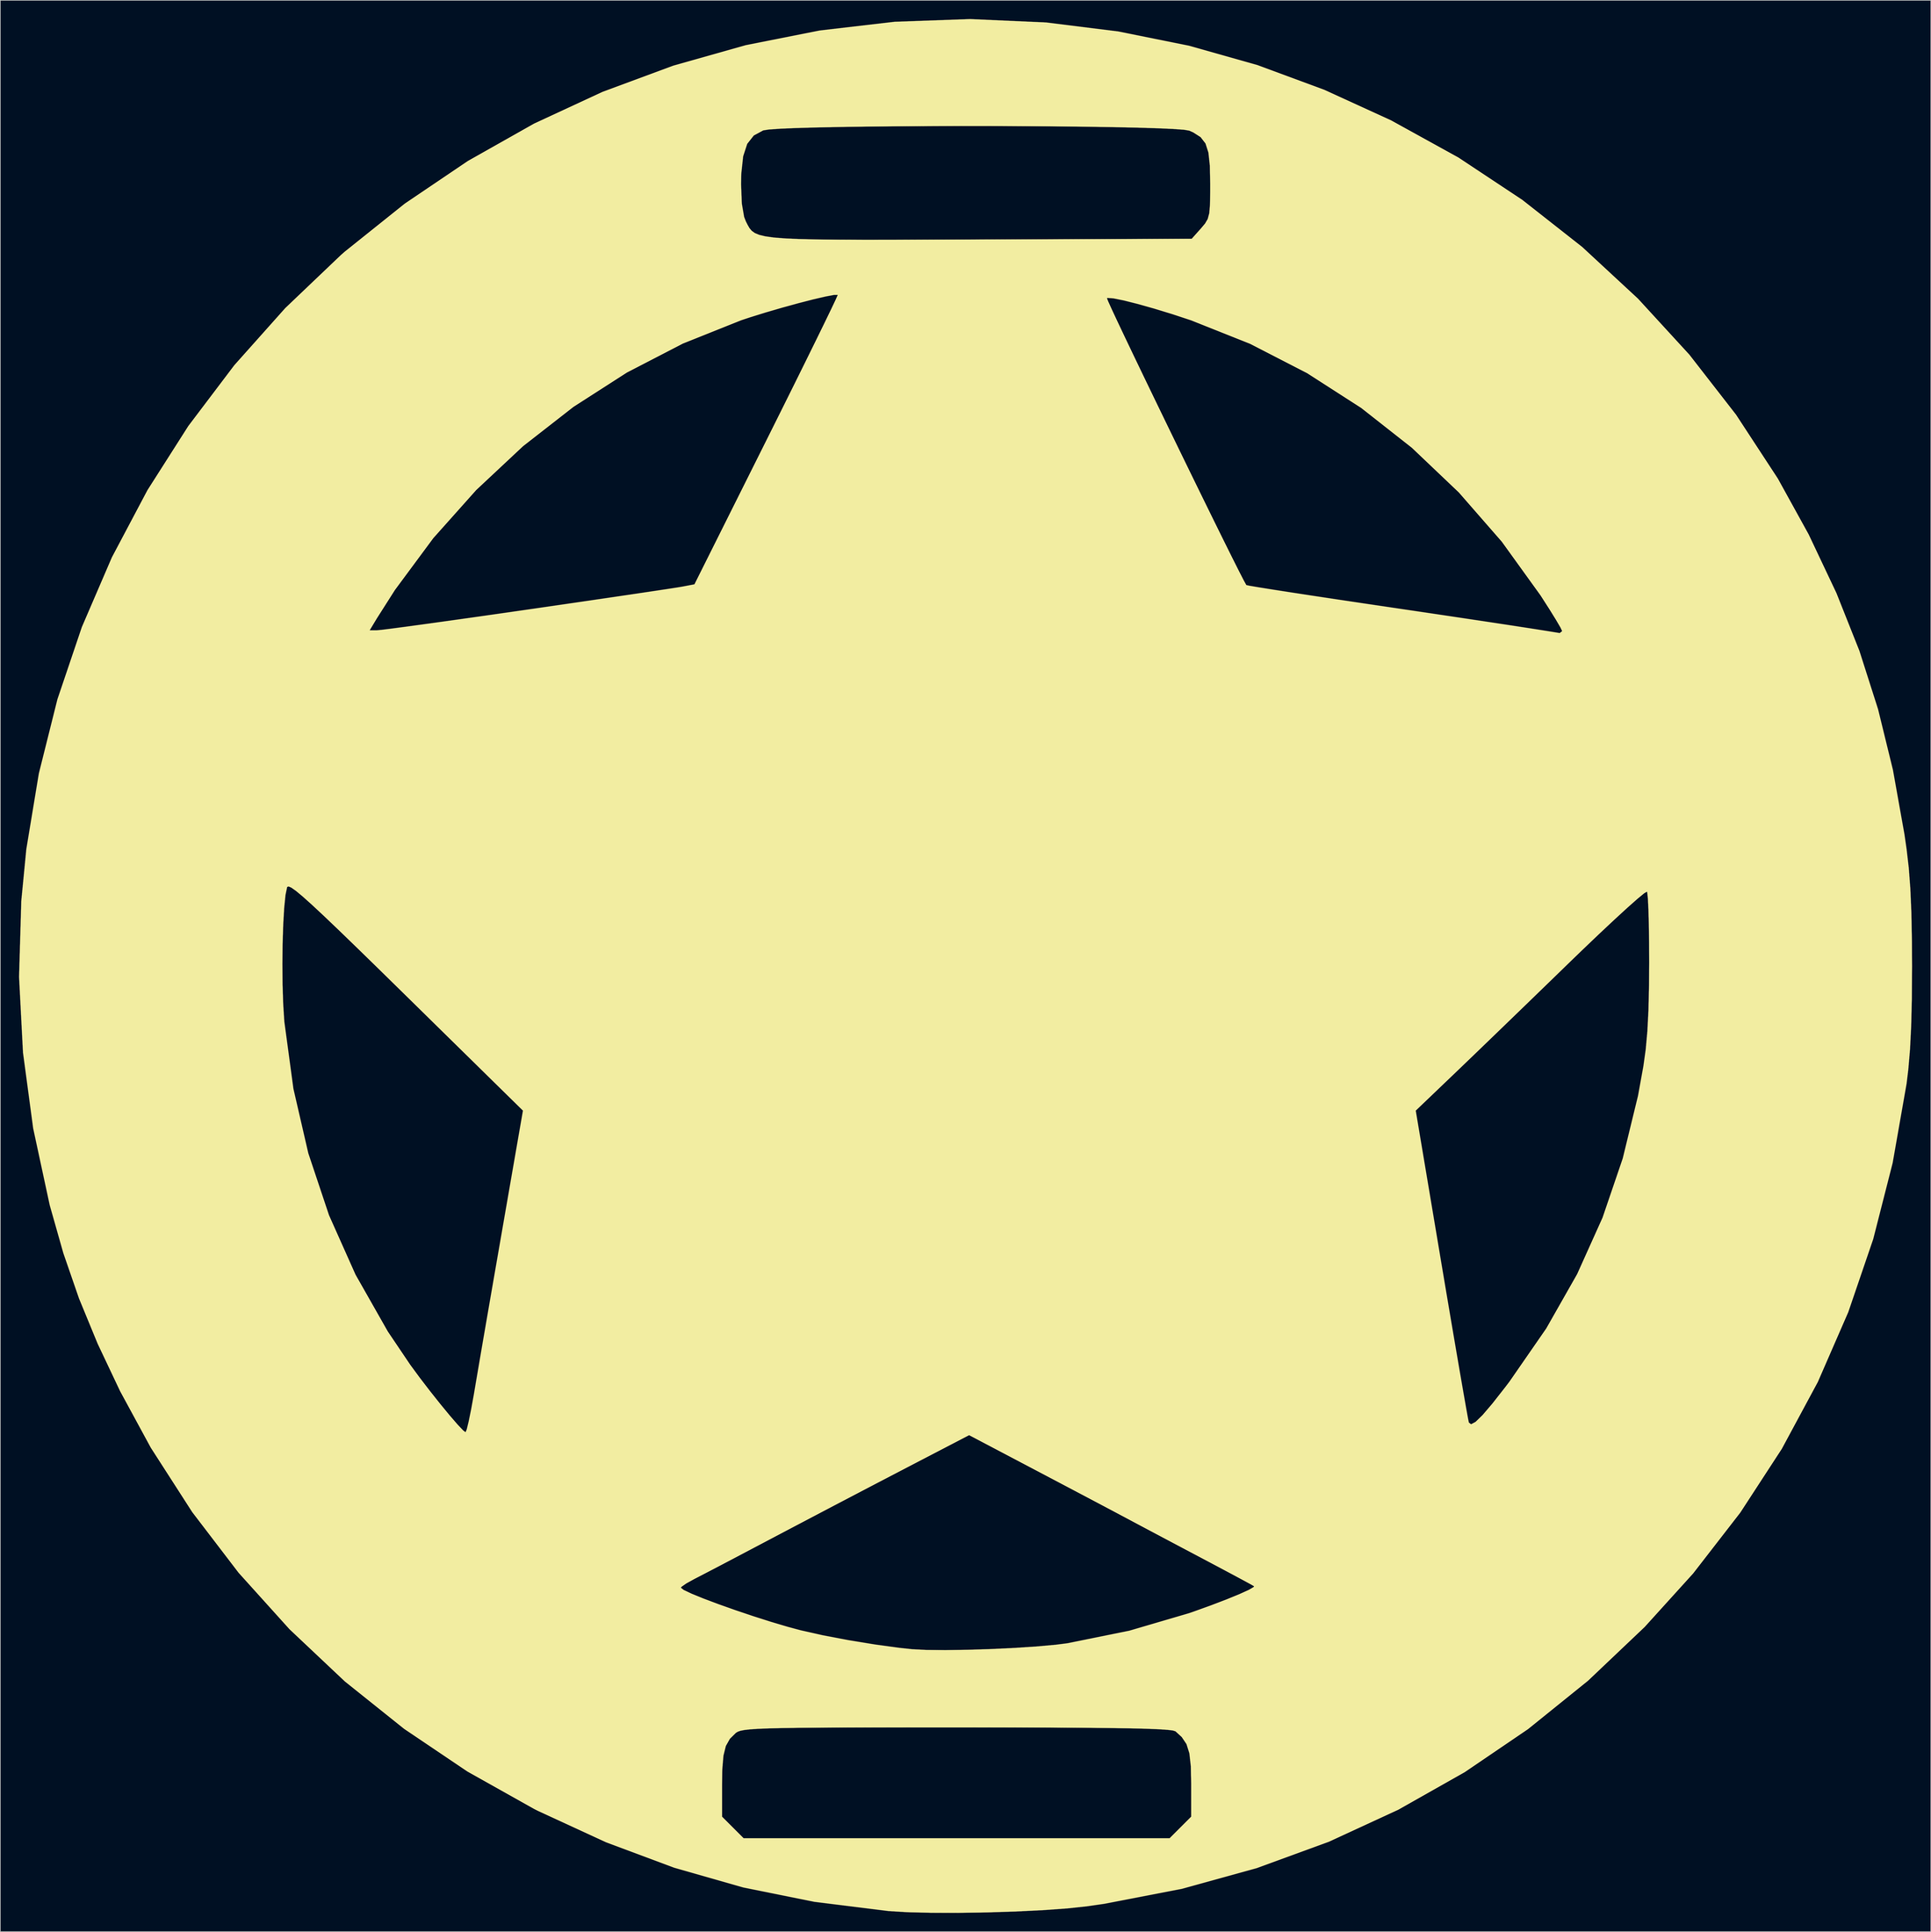
<source format=kicad_pcb>
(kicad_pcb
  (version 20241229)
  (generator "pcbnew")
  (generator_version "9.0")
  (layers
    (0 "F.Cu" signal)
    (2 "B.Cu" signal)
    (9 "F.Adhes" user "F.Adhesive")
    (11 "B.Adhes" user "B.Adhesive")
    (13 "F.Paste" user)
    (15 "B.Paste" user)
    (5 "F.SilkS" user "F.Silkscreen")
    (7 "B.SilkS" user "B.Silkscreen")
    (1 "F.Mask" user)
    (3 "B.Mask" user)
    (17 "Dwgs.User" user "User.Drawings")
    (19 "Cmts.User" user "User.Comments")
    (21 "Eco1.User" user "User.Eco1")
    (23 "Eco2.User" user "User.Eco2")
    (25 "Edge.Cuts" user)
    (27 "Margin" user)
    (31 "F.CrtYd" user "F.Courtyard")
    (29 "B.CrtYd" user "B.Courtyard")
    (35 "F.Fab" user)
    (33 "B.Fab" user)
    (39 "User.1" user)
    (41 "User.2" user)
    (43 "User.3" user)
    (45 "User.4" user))
  (footprint "PCB_Shape_01_50dpi"
    (layer "F.Cu")
    (at 151.775 151.796)
    (property "Reference" "PCB_Shape_01_50dpi" (at 0 0 0) (layer "F.SilkS") (effects (font (size 1.524 1.524) (thickness 0.3))))
    (attr through_hole)
    (fp_poly (pts (xy 12.818 -151.247) (xy 24.384 -149.803) (xy 35.743 -147.51) (xy 46.676 -144.417) (xy 57.389 -140.458) (xy 68.072 -135.573) (xy 78.888 -129.604) (xy 89.119 -122.824) (xy 98.725 -115.273) (xy 107.664 -106.992) (xy 115.896 -98.02) (xy 123.379 -88.399) (xy 130.074 -78.169) (xy 135.017 -69.215) (xy 139.466 -59.813) (xy 143.147 -50.559) (xy 146.138 -41.201) (xy 148.518 -31.486) (xy 150.365 -21.162) (xy 150.707 -18.796) (xy 151.057 -15.79) (xy 151.311 -12.45) (xy 151.478 -8.593) (xy 151.566 -4.04) (xy 151.585 0) (xy 151.552 5.203) (xy 151.446 9.573) (xy 151.259 13.29) (xy 150.982 16.534) (xy 150.707 18.796) (xy 148.473 31.501) (xy 145.36 43.699) (xy 141.365 55.396) (xy 136.484 66.597) (xy 130.715 77.307) (xy 124.056 87.531) (xy 116.504 97.275) (xy 108.737 105.85) (xy 99.665 114.461) (xy 90.046 122.218) (xy 79.903 129.112) (xy 69.261 135.13) (xy 58.142 140.26) (xy 46.57 144.49) (xy 34.57 147.809) (xy 22.164 150.204) (xy 19.304 150.617) (xy 16.182 150.951) (xy 12.31 151.228) (xy 7.939 151.443) (xy 3.324 151.589) (xy -1.284 151.66) (xy -5.631 151.65) (xy -9.464 151.553) (xy -12.446 151.371) (xy -24.311 149.892) (xy -35.706 147.592) (xy -46.786 144.425) (xy -57.708 140.348) (xy -68.626 135.315) (xy -69.215 135.017) (xy -76.23 131.081) (xy -39.116 131.081) (xy -39.116 136.246) (xy -35.662 139.7) (xy 32.614 139.7) (xy 34.341 137.973) (xy 36.068 136.246) (xy 36.068 130.974) (xy 36.007 128.142) (xy 35.778 126.098) (xy 35.315 124.62) (xy 34.552 123.485) (xy 33.551 122.571) (xy 33.148 122.442) (xy 32.252 122.331) (xy 30.805 122.236) (xy 28.753 122.156) (xy 26.038 122.091) (xy 22.604 122.04) (xy 18.395 122.001) (xy 13.355 121.973) (xy 7.427 121.956) (xy 0.555 121.948) (xy -1.524 121.947) (xy -8.291 121.948) (xy -14.115 121.953) (xy -19.069 121.963) (xy -23.226 121.982) (xy -26.661 122.01) (xy -29.445 122.05) (xy -31.652 122.103) (xy -33.355 122.171) (xy -34.627 122.256) (xy -35.542 122.359) (xy -36.172 122.483) (xy -36.591 122.63) (xy -36.872 122.8) (xy -36.898 122.82) (xy -37.861 123.771) (xy -38.507 124.918) (xy -38.893 126.473) (xy -39.077 128.65) (xy -39.116 131.081) (xy -76.23 131.081) (xy -79.922 129.01) (xy -90.053 122.181) (xy -99.568 114.569) (xy -108.427 106.216) (xy -114.43 99.558) (xy -45.72 99.558) (xy -45.261 99.922) (xy -43.994 100.522) (xy -42.084 101.301) (xy -39.694 102.199) (xy -36.989 103.158) (xy -34.132 104.121) (xy -31.289 105.027) (xy -28.624 105.82) (xy -26.535 106.382) (xy -23.016 107.174) (xy -18.915 107.956) (xy -14.662 108.654) (xy -10.69 109.197) (xy -8.636 109.415) (xy -6.359 109.532) (xy -3.324 109.56) (xy 0.215 109.509) (xy 4.005 109.388) (xy 7.791 109.207) (xy 11.321 108.975) (xy 14.341 108.704) (xy 16.256 108.458) (xy 26.144 106.454) (xy 35.762 103.631) (xy 36.362 103.424) (xy 39.171 102.413) (xy 41.696 101.449) (xy 43.788 100.593) (xy 45.299 99.907) (xy 46.08 99.453) (xy 46.143 99.324) (xy 45.662 99.048) (xy 44.425 98.375) (xy 42.575 97.382) (xy 40.255 96.146) (xy 37.609 94.743) (xy 37.592 94.734) (xy 34.635 93.17) (xy 31.707 91.619) (xy 29.039 90.203) (xy 26.861 89.045) (xy 25.654 88.401) (xy 24.165 87.609) (xy 21.96 86.44) (xy 19.221 84.992) (xy 16.131 83.361) (xy 12.874 81.643) (xy 11.288 80.808) (xy 0.479 75.116) (xy -8.016 79.534) (xy -14.529 82.928) (xy -21.048 86.34) (xy -27.869 89.925) (xy -35.287 93.837) (xy -35.306 93.847) (xy -37.776 95.149) (xy -40.125 96.381) (xy -42.103 97.412) (xy -43.46 98.113) (xy -43.561 98.165) (xy -44.825 98.863) (xy -45.602 99.402) (xy -45.72 99.558) (xy -114.43 99.558) (xy -116.589 97.163) (xy -124.014 87.45) (xy -130.661 77.118) (xy -135.573 68.072) (xy -139.174 60.463) (xy -142.163 53.205) (xy -144.669 45.956) (xy -146.821 38.373) (xy -146.873 38.169) (xy -149.506 25.95) (xy -151.137 13.807) (xy -151.77 1.68) (xy -151.709 -0.389) (xy -109.573 -0.389) (xy -109.544 2.905) (xy -109.445 6.008) (xy -109.273 8.719) (xy -109.258 8.89) (xy -107.808 19.612) (xy -105.423 29.94) (xy -102.104 39.87) (xy -97.852 49.398) (xy -92.67 58.52) (xy -89.081 63.843) (xy -87.574 65.891) (xy -85.933 68.029) (xy -84.285 70.103) (xy -82.759 71.957) (xy -81.481 73.434) (xy -80.581 74.379) (xy -80.217 74.647) (xy -80.025 74.188) (xy -79.714 72.911) (xy -79.324 71.002) (xy -78.895 68.648) (xy -78.819 68.199) (xy -78.476 66.178) (xy -78.129 64.138) (xy -77.757 61.967) (xy -77.342 59.552) (xy -76.864 56.782) (xy -76.304 53.545) (xy -75.642 49.727) (xy -74.859 45.218) (xy -73.936 39.904) (xy -73.137 35.306) (xy -71.018 23.114) (xy 72.049 23.114) (xy 76.188 47.752) (xy 77.012 52.644) (xy 77.791 57.241) (xy 78.508 61.444) (xy 79.145 65.155) (xy 79.686 68.272) (xy 80.112 70.698) (xy 80.408 72.332) (xy 80.556 73.076) (xy 80.563 73.101) (xy 80.922 73.374) (xy 81.639 72.988) (xy 82.761 71.899) (xy 84.331 70.06) (xy 86.396 67.427) (xy 87.079 66.528) (xy 92.964 58.026) (xy 97.919 49.309) (xy 101.99 40.264) (xy 105.226 30.777) (xy 107.676 20.734) (xy 108.534 16.002) (xy 108.906 13.328) (xy 109.172 10.398) (xy 109.346 7.008) (xy 109.439 2.957) (xy 109.461 -0.593) (xy 109.448 -3.841) (xy 109.406 -6.744) (xy 109.338 -9.148) (xy 109.251 -10.901) (xy 109.147 -11.85) (xy 109.104 -11.969) (xy 108.665 -11.718) (xy 107.59 -10.833) (xy 105.967 -9.396) (xy 103.884 -7.485) (xy 101.427 -5.182) (xy 98.686 -2.566) (xy 96.765 -0.709) (xy 93.506 2.454) (xy 90.149 5.708) (xy 86.85 8.899) (xy 83.767 11.877) (xy 81.057 14.489) (xy 78.877 16.583) (xy 78.423 17.018) (xy 72.049 23.114) (xy -71.018 23.114) (xy -89.737 4.727) (xy -93.981 0.565) (xy -97.561 -2.928) (xy -100.531 -5.802) (xy -102.945 -8.106) (xy -104.858 -9.889) (xy -106.323 -11.201) (xy -107.395 -12.093) (xy -108.128 -12.612) (xy -108.577 -12.809) (xy -108.795 -12.733) (xy -108.815 -12.691) (xy -109.073 -11.456) (xy -109.282 -9.408) (xy -109.438 -6.747) (xy -109.536 -3.673) (xy -109.573 -0.389) (xy -151.709 -0.389) (xy -151.409 -10.494) (xy -150.606 -18.762) (xy -148.595 -30.912) (xy -145.62 -42.795) (xy -141.881 -53.848) (xy -95.587 -53.848) (xy -94.425 -53.848) (xy -93.694 -53.919) (xy -92.065 -54.122) (xy -89.643 -54.443) (xy -86.536 -54.868) (xy -82.85 -55.38) (xy -78.691 -55.966) (xy -74.167 -56.611) (xy -70.38 -57.156) (xy -65.605 -57.848) (xy -61.08 -58.508) (xy -56.917 -59.119) (xy -53.228 -59.663) (xy -50.125 -60.126) (xy -47.72 -60.489) (xy -46.123 -60.738) (xy -45.518 -60.839) (xy -43.538 -61.214) (xy -31.987 -84.328) (xy -29.746 -88.82) (xy -27.654 -93.029) (xy -25.753 -96.871) (xy -24.085 -100.259) (xy -22.692 -103.107) (xy -21.616 -105.329) (xy -20.9 -106.839) (xy -20.801 -107.063) (xy 22.566 -107.063) (xy 22.747 -106.59) (xy 23.325 -105.311) (xy 24.25 -103.331) (xy 25.471 -100.756) (xy 26.935 -97.692) (xy 28.592 -94.244) (xy 30.391 -90.517) (xy 32.28 -86.618) (xy 34.208 -82.65) (xy 36.124 -78.72) (xy 37.976 -74.934) (xy 39.713 -71.396) (xy 41.284 -68.213) (xy 42.638 -65.489) (xy 43.723 -63.331) (xy 44.488 -61.843) (xy 44.882 -61.131) (xy 44.913 -61.09) (xy 45.438 -60.979) (xy 46.861 -60.738) (xy 49.077 -60.383) (xy 51.978 -59.931) (xy 55.459 -59.398) (xy 59.411 -58.801) (xy 63.73 -58.156) (xy 65.599 -57.879) (xy 72.354 -56.879) (xy 78.165 -56.014) (xy 83.095 -55.274) (xy 87.206 -54.651) (xy 90.559 -54.134) (xy 93.218 -53.715) (xy 95.123 -53.404) (xy 95.502 -53.705) (xy 95.504 -53.748) (xy 95.241 -54.306) (xy 94.522 -55.534) (xy 93.456 -57.255) (xy 92.148 -59.292) (xy 92.037 -59.463) (xy 85.846 -68.047) (xy 78.959 -75.939) (xy 71.43 -83.098) (xy 63.312 -89.48) (xy 54.658 -95.044) (xy 45.522 -99.748) (xy 36.047 -103.519) (xy 33.055 -104.506) (xy 30.149 -105.395) (xy 27.494 -106.143) (xy 25.254 -106.706) (xy 23.593 -107.042) (xy 22.676 -107.107) (xy 22.566 -107.063) (xy -20.801 -107.063) (xy -20.586 -107.552) (xy -20.575 -107.597) (xy -21.155 -107.594) (xy -22.519 -107.339) (xy -24.484 -106.882) (xy -26.864 -106.27) (xy -29.473 -105.553) (xy -32.127 -104.78) (xy -34.64 -103.999) (xy -36.068 -103.524) (xy -45.382 -99.8) (xy -54.359 -95.155) (xy -62.924 -89.653) (xy -71 -83.356) (xy -78.511 -76.326) (xy -85.381 -68.625) (xy -91.534 -60.316) (xy -94.439 -55.753) (xy -95.587 -53.848) (xy -141.881 -53.848) (xy -141.709 -54.358) (xy -136.89 -65.545) (xy -131.192 -76.305) (xy -124.644 -86.582) (xy -117.273 -96.325) (xy -109.109 -105.479) (xy -100.18 -113.99) (xy -99.568 -114.526) (xy -89.961 -122.214) (xy -85.359 -125.324) (xy -36.067 -125.324) (xy -35.947 -122.229) (xy -35.581 -120.095) (xy -35.3 -119.368) (xy -35.006 -118.789) (xy -34.718 -118.289) (xy -34.362 -117.864) (xy -33.868 -117.506) (xy -33.162 -117.211) (xy -32.171 -116.973) (xy -30.824 -116.786) (xy -29.047 -116.645) (xy -26.769 -116.545) (xy -23.917 -116.478) (xy -20.417 -116.441) (xy -16.199 -116.428) (xy -11.189 -116.432) (xy -5.315 -116.448) (xy 1.495 -116.471) (xy 2.201 -116.474) (xy 36.152 -116.586) (xy 37.634 -118.245) (xy 38.289 -119.023) (xy 38.716 -119.755) (xy 38.963 -120.676) (xy 39.079 -122.021) (xy 39.114 -124.028) (xy 39.116 -125.371) (xy 39.057 -128.296) (xy 38.829 -130.396) (xy 38.36 -131.859) (xy 37.576 -132.873) (xy 36.404 -133.624) (xy 35.764 -133.912) (xy 34.911 -134.056) (xy 33.149 -134.184) (xy 30.584 -134.297) (xy 27.323 -134.395) (xy 23.473 -134.477) (xy 19.141 -134.544) (xy 14.434 -134.594) (xy 9.457 -134.629) (xy 4.318 -134.648) (xy -0.877 -134.651) (xy -6.021 -134.638) (xy -11.007 -134.609) (xy -15.728 -134.564) (xy -20.078 -134.503) (xy -23.951 -134.425) (xy -27.238 -134.331) (xy -29.835 -134.221) (xy -31.634 -134.094) (xy -32.512 -133.956) (xy -34.027 -133.137) (xy -35.083 -131.796) (xy -35.734 -129.801) (xy -36.033 -127.022) (xy -36.067 -125.324) (xy -85.359 -125.324) (xy -79.836 -129.055) (xy -69.25 -135.031) (xy -58.263 -140.125) (xy -46.932 -144.321) (xy -35.317 -147.603) (xy -23.476 -149.953) (xy -11.467 -151.354) (xy 0.65 -151.791) (xy 12.818 -151.247)) (stroke (width 0.01) (type solid)) (fill yes) (layer "F.SilkS")))
  (gr_rect
    (start -3 -3)
    (end 306.365 306.461)
    (stroke (width 0.1) (type default))
    (fill no)
    (layer "Edge.Cuts")))
</source>
